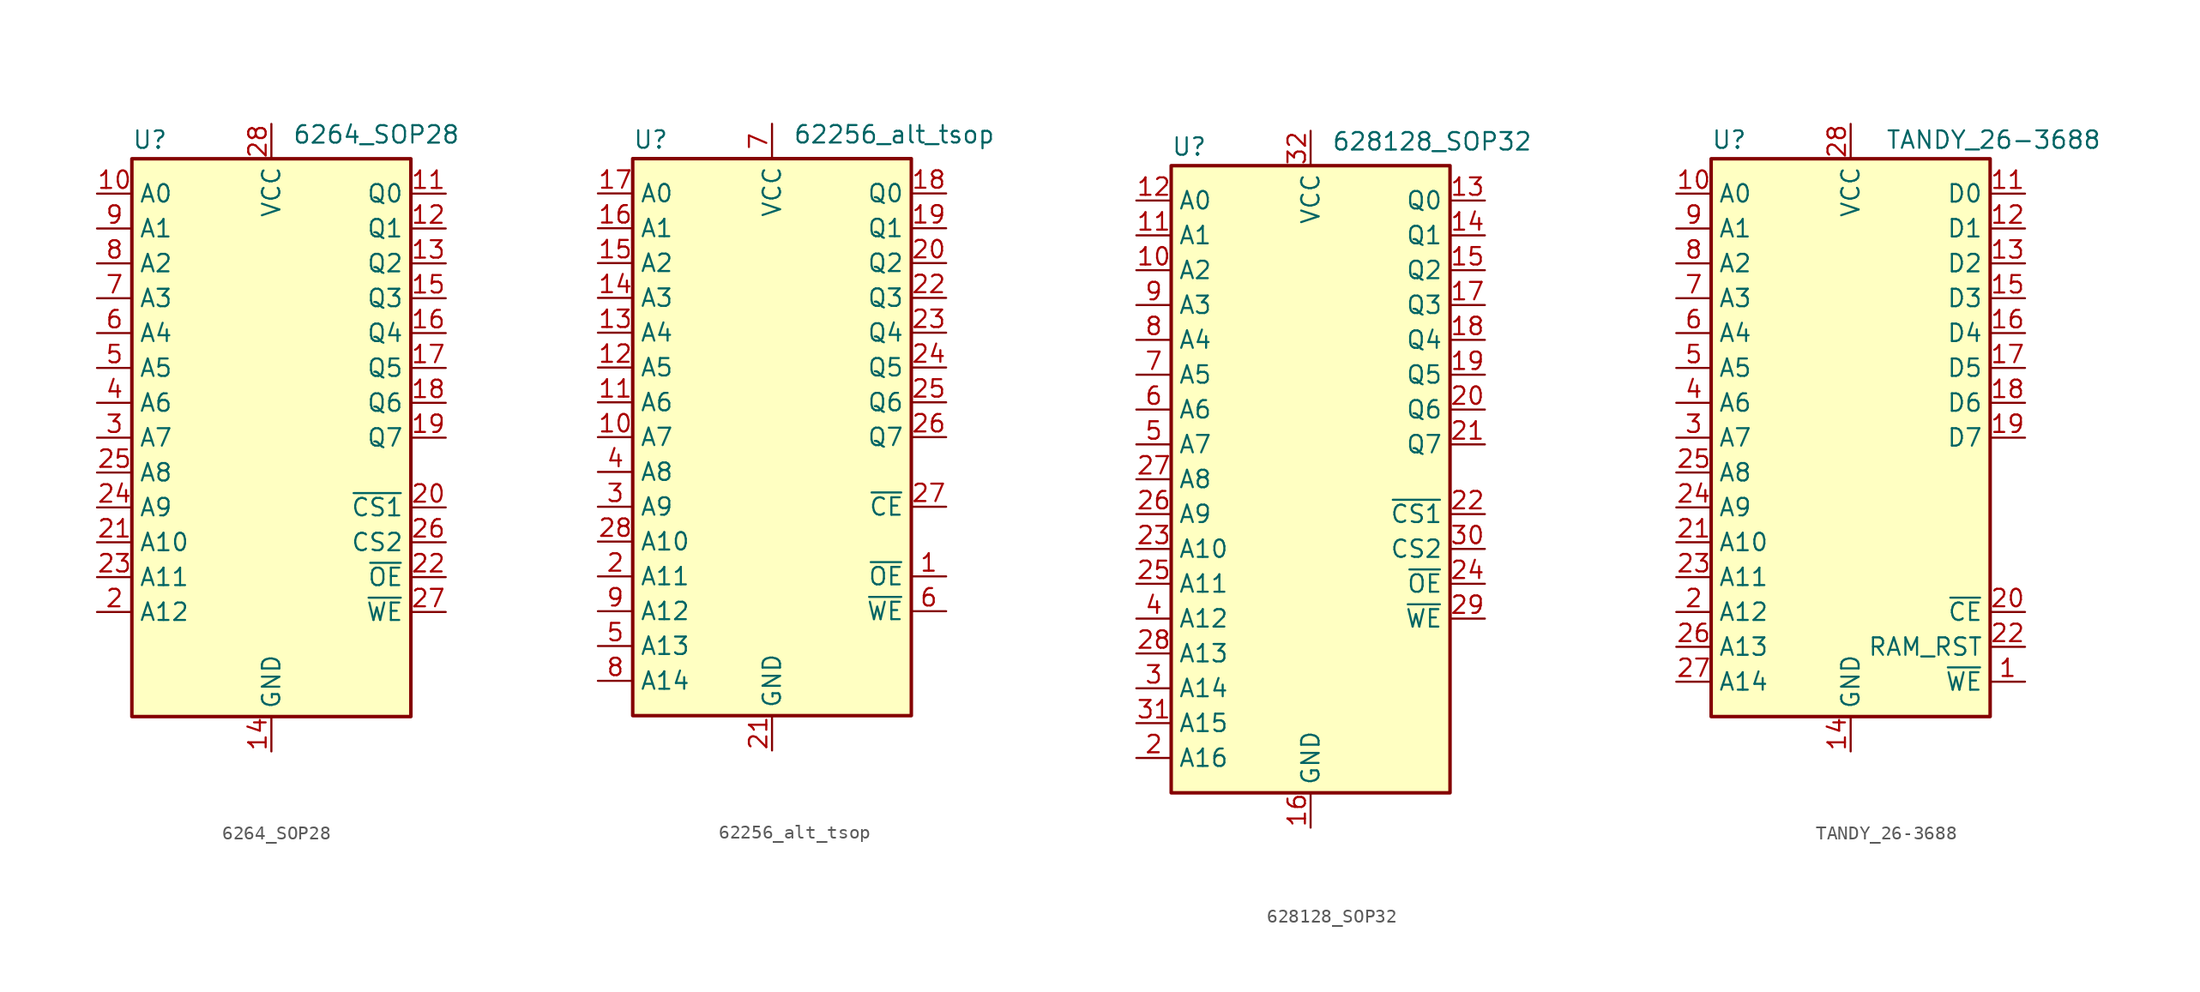
<source format=kicad_sym>
(kicad_symbol_lib
  (version 20211014)
  (generator kicad_symbol_editor)
  (symbol "6264_SOP28"
    (property "Reference" "U"
      (at -10.16 20.955 0)
      (effects (font (size 1.27 1.27)) (justify left bottom)))
    (property "Value" "6264_SOP28"
      (at 1.524 21.336 0)
      (effects (font (size 1.27 1.27)) (justify left bottom)))
    (symbol "6264_SOP28_0_0"
      (pin power_in line (at 0 -22.86 90) (length 2.54) (name "GND" (effects (font (size 1.27 1.27)))) (number "14" (effects (font (size 1.27 1.27)))))
      (pin power_in line (at 0 22.86 270) (length 2.54) (name "VCC" (effects (font (size 1.27 1.27)))) (number "28" (effects (font (size 1.27 1.27))))))
    (symbol "6264_SOP28_0_1"
      (rectangle (start -10.16 20.32) (end 10.16 -20.32) (stroke (width 0.254) (type default) (color 0 0 0 0)) (fill (type background))))
    (symbol "6264_SOP28_1_1"
      (pin no_connect non_logic (at -10.16 -15.24 0) (length 2.54) hide (name "NC" (effects (font (size 1.27 1.27)))) (number "1" (effects (font (size 1.27 1.27)))))
      (pin input line (at -12.7 17.78 0) (length 2.54) (name "A0" (effects (font (size 1.27 1.27)))) (number "10" (effects (font (size 1.27 1.27)))))
      (pin tri_state line (at 12.7 17.78 180) (length 2.54) (name "Q0" (effects (font (size 1.27 1.27)))) (number "11" (effects (font (size 1.27 1.27)))))
      (pin tri_state line (at 12.7 15.24 180) (length 2.54) (name "Q1" (effects (font (size 1.27 1.27)))) (number "12" (effects (font (size 1.27 1.27)))))
      (pin tri_state line (at 12.7 12.7 180) (length 2.54) (name "Q2" (effects (font (size 1.27 1.27)))) (number "13" (effects (font (size 1.27 1.27)))))
      (pin tri_state line (at 12.7 10.16 180) (length 2.54) (name "Q3" (effects (font (size 1.27 1.27)))) (number "15" (effects (font (size 1.27 1.27)))))
      (pin tri_state line (at 12.7 7.62 180) (length 2.54) (name "Q4" (effects (font (size 1.27 1.27)))) (number "16" (effects (font (size 1.27 1.27)))))
      (pin tri_state line (at 12.7 5.08 180) (length 2.54) (name "Q5" (effects (font (size 1.27 1.27)))) (number "17" (effects (font (size 1.27 1.27)))))
      (pin tri_state line (at 12.7 2.54 180) (length 2.54) (name "Q6" (effects (font (size 1.27 1.27)))) (number "18" (effects (font (size 1.27 1.27)))))
      (pin tri_state line (at 12.7 0 180) (length 2.54) (name "Q7" (effects (font (size 1.27 1.27)))) (number "19" (effects (font (size 1.27 1.27)))))
      (pin input line (at -12.7 -12.7 0) (length 2.54) (name "A12" (effects (font (size 1.27 1.27)))) (number "2" (effects (font (size 1.27 1.27)))))
      (pin input line (at 12.7 -5.08 180) (length 2.54) (name "~{CS1}" (effects (font (size 1.27 1.27)))) (number "20" (effects (font (size 1.27 1.27)))))
      (pin input line (at -12.7 -7.62 0) (length 2.54) (name "A10" (effects (font (size 1.27 1.27)))) (number "21" (effects (font (size 1.27 1.27)))))
      (pin input line (at 12.7 -10.16 180) (length 2.54) (name "~{OE}" (effects (font (size 1.27 1.27)))) (number "22" (effects (font (size 1.27 1.27)))))
      (pin input line (at -12.7 -10.16 0) (length 2.54) (name "A11" (effects (font (size 1.27 1.27)))) (number "23" (effects (font (size 1.27 1.27)))))
      (pin input line (at -12.7 -5.08 0) (length 2.54) (name "A9" (effects (font (size 1.27 1.27)))) (number "24" (effects (font (size 1.27 1.27)))))
      (pin input line (at -12.7 -2.54 0) (length 2.54) (name "A8" (effects (font (size 1.27 1.27)))) (number "25" (effects (font (size 1.27 1.27)))))
      (pin input line (at 12.7 -7.62 180) (length 2.54) (name "CS2" (effects (font (size 1.27 1.27)))) (number "26" (effects (font (size 1.27 1.27)))))
      (pin input line (at 12.7 -12.7 180) (length 2.54) (name "~{WE}" (effects (font (size 1.27 1.27)))) (number "27" (effects (font (size 1.27 1.27)))))
      (pin input line (at -12.7 0 0) (length 2.54) (name "A7" (effects (font (size 1.27 1.27)))) (number "3" (effects (font (size 1.27 1.27)))))
      (pin input line (at -12.7 2.54 0) (length 2.54) (name "A6" (effects (font (size 1.27 1.27)))) (number "4" (effects (font (size 1.27 1.27)))))
      (pin input line (at -12.7 5.08 0) (length 2.54) (name "A5" (effects (font (size 1.27 1.27)))) (number "5" (effects (font (size 1.27 1.27)))))
      (pin input line (at -12.7 7.62 0) (length 2.54) (name "A4" (effects (font (size 1.27 1.27)))) (number "6" (effects (font (size 1.27 1.27)))))
      (pin input line (at -12.7 10.16 0) (length 2.54) (name "A3" (effects (font (size 1.27 1.27)))) (number "7" (effects (font (size 1.27 1.27)))))
      (pin input line (at -12.7 12.7 0) (length 2.54) (name "A2" (effects (font (size 1.27 1.27)))) (number "8" (effects (font (size 1.27 1.27)))))
      (pin input line (at -12.7 15.24 0) (length 2.54) (name "A1" (effects (font (size 1.27 1.27)))) (number "9" (effects (font (size 1.27 1.27)))))))
  (symbol "62256_alt_tsop"
    (property "Reference" "U"
      (at -10.16 20.955 0)
      (effects (font (size 1.27 1.27)) (justify left bottom)))
    (property "Value" "62256_alt_tsop"
      (at 1.524 21.336 0)
      (effects (font (size 1.27 1.27)) (justify left bottom)))
    (symbol "62256_alt_tsop_0_0"
      (pin power_in line (at 0 -22.86 90) (length 2.54) (name "GND" (effects (font (size 1.27 1.27)))) (number "21" (effects (font (size 1.27 1.27)))))
      (pin power_in line (at 0 22.86 270) (length 2.54) (name "VCC" (effects (font (size 1.27 1.27)))) (number "7" (effects (font (size 1.27 1.27))))))
    (symbol "62256_alt_tsop_0_1"
      (rectangle (start -10.16 20.32) (end 10.16 -20.32) (stroke (width 0.254) (type default) (color 0 0 0 0)) (fill (type background))))
    (symbol "62256_alt_tsop_1_1"
      (pin input line (at 12.7 -10.16 180) (length 2.54) (name "~{OE}" (effects (font (size 1.27 1.27)))) (number "1" (effects (font (size 1.27 1.27)))))
      (pin input line (at -12.7 0 0) (length 2.54) (name "A7" (effects (font (size 1.27 1.27)))) (number "10" (effects (font (size 1.27 1.27)))))
      (pin input line (at -12.7 2.54 0) (length 2.54) (name "A6" (effects (font (size 1.27 1.27)))) (number "11" (effects (font (size 1.27 1.27)))))
      (pin input line (at -12.7 5.08 0) (length 2.54) (name "A5" (effects (font (size 1.27 1.27)))) (number "12" (effects (font (size 1.27 1.27)))))
      (pin input line (at -12.7 7.62 0) (length 2.54) (name "A4" (effects (font (size 1.27 1.27)))) (number "13" (effects (font (size 1.27 1.27)))))
      (pin input line (at -12.7 10.16 0) (length 2.54) (name "A3" (effects (font (size 1.27 1.27)))) (number "14" (effects (font (size 1.27 1.27)))))
      (pin input line (at -12.7 12.7 0) (length 2.54) (name "A2" (effects (font (size 1.27 1.27)))) (number "15" (effects (font (size 1.27 1.27)))))
      (pin input line (at -12.7 15.24 0) (length 2.54) (name "A1" (effects (font (size 1.27 1.27)))) (number "16" (effects (font (size 1.27 1.27)))))
      (pin input line (at -12.7 17.78 0) (length 2.54) (name "A0" (effects (font (size 1.27 1.27)))) (number "17" (effects (font (size 1.27 1.27)))))
      (pin tri_state line (at 12.7 17.78 180) (length 2.54) (name "Q0" (effects (font (size 1.27 1.27)))) (number "18" (effects (font (size 1.27 1.27)))))
      (pin tri_state line (at 12.7 15.24 180) (length 2.54) (name "Q1" (effects (font (size 1.27 1.27)))) (number "19" (effects (font (size 1.27 1.27)))))
      (pin input line (at -12.7 -10.16 0) (length 2.54) (name "A11" (effects (font (size 1.27 1.27)))) (number "2" (effects (font (size 1.27 1.27)))))
      (pin tri_state line (at 12.7 12.7 180) (length 2.54) (name "Q2" (effects (font (size 1.27 1.27)))) (number "20" (effects (font (size 1.27 1.27)))))
      (pin tri_state line (at 12.7 10.16 180) (length 2.54) (name "Q3" (effects (font (size 1.27 1.27)))) (number "22" (effects (font (size 1.27 1.27)))))
      (pin tri_state line (at 12.7 7.62 180) (length 2.54) (name "Q4" (effects (font (size 1.27 1.27)))) (number "23" (effects (font (size 1.27 1.27)))))
      (pin tri_state line (at 12.7 5.08 180) (length 2.54) (name "Q5" (effects (font (size 1.27 1.27)))) (number "24" (effects (font (size 1.27 1.27)))))
      (pin tri_state line (at 12.7 2.54 180) (length 2.54) (name "Q6" (effects (font (size 1.27 1.27)))) (number "25" (effects (font (size 1.27 1.27)))))
      (pin tri_state line (at 12.7 0 180) (length 2.54) (name "Q7" (effects (font (size 1.27 1.27)))) (number "26" (effects (font (size 1.27 1.27)))))
      (pin input line (at 12.7 -5.08 180) (length 2.54) (name "~{CE}" (effects (font (size 1.27 1.27)))) (number "27" (effects (font (size 1.27 1.27)))))
      (pin input line (at -12.7 -7.62 0) (length 2.54) (name "A10" (effects (font (size 1.27 1.27)))) (number "28" (effects (font (size 1.27 1.27)))))
      (pin input line (at -12.7 -5.08 0) (length 2.54) (name "A9" (effects (font (size 1.27 1.27)))) (number "3" (effects (font (size 1.27 1.27)))))
      (pin input line (at -12.7 -2.54 0) (length 2.54) (name "A8" (effects (font (size 1.27 1.27)))) (number "4" (effects (font (size 1.27 1.27)))))
      (pin input line (at -12.7 -15.24 0) (length 2.54) (name "A13" (effects (font (size 1.27 1.27)))) (number "5" (effects (font (size 1.27 1.27)))))
      (pin input line (at 12.7 -12.7 180) (length 2.54) (name "~{WE}" (effects (font (size 1.27 1.27)))) (number "6" (effects (font (size 1.27 1.27)))))
      (pin input line (at -12.7 -17.78 0) (length 2.54) (name "A14" (effects (font (size 1.27 1.27)))) (number "8" (effects (font (size 1.27 1.27)))))
      (pin input line (at -12.7 -12.7 0) (length 2.54) (name "A12" (effects (font (size 1.27 1.27)))) (number "9" (effects (font (size 1.27 1.27)))))))
  (symbol "628128_SOP32"
    (property "Reference" "U"
      (at -10.16 23.495 0)
      (effects (font (size 1.27 1.27)) (justify left bottom)))
    (property "Value" "628128_SOP32"
      (at 1.524 23.876 0)
      (effects (font (size 1.27 1.27)) (justify left bottom)))
    (symbol "628128_SOP32_0_0"
      (pin power_in line (at 0 -25.4 90) (length 2.54) (name "GND" (effects (font (size 1.27 1.27)))) (number "16" (effects (font (size 1.27 1.27)))))
      (pin power_in line (at 0 25.4 270) (length 2.54) (name "VCC" (effects (font (size 1.27 1.27)))) (number "32" (effects (font (size 1.27 1.27))))))
    (symbol "628128_SOP32_0_1"
      (rectangle (start -10.16 22.86) (end 10.16 -22.86) (stroke (width 0.254) (type default) (color 0 0 0 0)) (fill (type background))))
    (symbol "628128_SOP32_1_1"
      (pin no_connect non_logic (at 10.16 -20.32 180) (length 2.54) hide (name "NC" (effects (font (size 1.27 1.27)))) (number "1" (effects (font (size 1.27 1.27)))))
      (pin input line (at -12.7 15.24 0) (length 2.54) (name "A2" (effects (font (size 1.27 1.27)))) (number "10" (effects (font (size 1.27 1.27)))))
      (pin input line (at -12.7 17.78 0) (length 2.54) (name "A1" (effects (font (size 1.27 1.27)))) (number "11" (effects (font (size 1.27 1.27)))))
      (pin input line (at -12.7 20.32 0) (length 2.54) (name "A0" (effects (font (size 1.27 1.27)))) (number "12" (effects (font (size 1.27 1.27)))))
      (pin tri_state line (at 12.7 20.32 180) (length 2.54) (name "Q0" (effects (font (size 1.27 1.27)))) (number "13" (effects (font (size 1.27 1.27)))))
      (pin tri_state line (at 12.7 17.78 180) (length 2.54) (name "Q1" (effects (font (size 1.27 1.27)))) (number "14" (effects (font (size 1.27 1.27)))))
      (pin tri_state line (at 12.7 15.24 180) (length 2.54) (name "Q2" (effects (font (size 1.27 1.27)))) (number "15" (effects (font (size 1.27 1.27)))))
      (pin tri_state line (at 12.7 12.7 180) (length 2.54) (name "Q3" (effects (font (size 1.27 1.27)))) (number "17" (effects (font (size 1.27 1.27)))))
      (pin tri_state line (at 12.7 10.16 180) (length 2.54) (name "Q4" (effects (font (size 1.27 1.27)))) (number "18" (effects (font (size 1.27 1.27)))))
      (pin tri_state line (at 12.7 7.62 180) (length 2.54) (name "Q5" (effects (font (size 1.27 1.27)))) (number "19" (effects (font (size 1.27 1.27)))))
      (pin input line (at -12.7 -20.32 0) (length 2.54) (name "A16" (effects (font (size 1.27 1.27)))) (number "2" (effects (font (size 1.27 1.27)))))
      (pin tri_state line (at 12.7 5.08 180) (length 2.54) (name "Q6" (effects (font (size 1.27 1.27)))) (number "20" (effects (font (size 1.27 1.27)))))
      (pin tri_state line (at 12.7 2.54 180) (length 2.54) (name "Q7" (effects (font (size 1.27 1.27)))) (number "21" (effects (font (size 1.27 1.27)))))
      (pin input line (at 12.7 -2.54 180) (length 2.54) (name "~{CS1}" (effects (font (size 1.27 1.27)))) (number "22" (effects (font (size 1.27 1.27)))))
      (pin input line (at -12.7 -5.08 0) (length 2.54) (name "A10" (effects (font (size 1.27 1.27)))) (number "23" (effects (font (size 1.27 1.27)))))
      (pin input line (at 12.7 -7.62 180) (length 2.54) (name "~{OE}" (effects (font (size 1.27 1.27)))) (number "24" (effects (font (size 1.27 1.27)))))
      (pin input line (at -12.7 -7.62 0) (length 2.54) (name "A11" (effects (font (size 1.27 1.27)))) (number "25" (effects (font (size 1.27 1.27)))))
      (pin input line (at -12.7 -2.54 0) (length 2.54) (name "A9" (effects (font (size 1.27 1.27)))) (number "26" (effects (font (size 1.27 1.27)))))
      (pin input line (at -12.7 0 0) (length 2.54) (name "A8" (effects (font (size 1.27 1.27)))) (number "27" (effects (font (size 1.27 1.27)))))
      (pin input line (at -12.7 -12.7 0) (length 2.54) (name "A13" (effects (font (size 1.27 1.27)))) (number "28" (effects (font (size 1.27 1.27)))))
      (pin input line (at 12.7 -10.16 180) (length 2.54) (name "~{WE}" (effects (font (size 1.27 1.27)))) (number "29" (effects (font (size 1.27 1.27)))))
      (pin input line (at -12.7 -15.24 0) (length 2.54) (name "A14" (effects (font (size 1.27 1.27)))) (number "3" (effects (font (size 1.27 1.27)))))
      (pin input line (at 12.7 -5.08 180) (length 2.54) (name "CS2" (effects (font (size 1.27 1.27)))) (number "30" (effects (font (size 1.27 1.27)))))
      (pin input line (at -12.7 -17.78 0) (length 2.54) (name "A15" (effects (font (size 1.27 1.27)))) (number "31" (effects (font (size 1.27 1.27)))))
      (pin input line (at -12.7 -10.16 0) (length 2.54) (name "A12" (effects (font (size 1.27 1.27)))) (number "4" (effects (font (size 1.27 1.27)))))
      (pin input line (at -12.7 2.54 0) (length 2.54) (name "A7" (effects (font (size 1.27 1.27)))) (number "5" (effects (font (size 1.27 1.27)))))
      (pin input line (at -12.7 5.08 0) (length 2.54) (name "A6" (effects (font (size 1.27 1.27)))) (number "6" (effects (font (size 1.27 1.27)))))
      (pin input line (at -12.7 7.62 0) (length 2.54) (name "A5" (effects (font (size 1.27 1.27)))) (number "7" (effects (font (size 1.27 1.27)))))
      (pin input line (at -12.7 10.16 0) (length 2.54) (name "A4" (effects (font (size 1.27 1.27)))) (number "8" (effects (font (size 1.27 1.27)))))
      (pin input line (at -12.7 12.7 0) (length 2.54) (name "A3" (effects (font (size 1.27 1.27)))) (number "9" (effects (font (size 1.27 1.27)))))))
  (symbol "TANDY_26-3688"
    (property "Reference" "U"
      (at -10.16 20.955 0)
      (effects (font (size 1.27 1.27)) (justify left bottom)))
    (property "Value" "TANDY_26-3688"
      (at 2.54 20.955 0)
      (effects (font (size 1.27 1.27)) (justify left bottom)))
    (symbol "TANDY_26-3688_0_0"
      (pin power_in line (at 0 22.86 270) (length 2.54) (name "VCC" (effects (font (size 1.27 1.27)))) (number "28" (effects (font (size 1.27 1.27))))))
    (symbol "TANDY_26-3688_0_1"
      (rectangle (start -10.16 20.32) (end 10.16 -20.32) (stroke (width 0.254) (type default) (color 0 0 0 0)) (fill (type background))))
    (symbol "TANDY_26-3688_1_1"
      (pin input line (at 12.7 -17.78 180) (length 2.54) (name "~{WE}" (effects (font (size 1.27 1.27)))) (number "1" (effects (font (size 1.27 1.27)))))
      (pin input line (at -12.7 17.78 0) (length 2.54) (name "A0" (effects (font (size 1.27 1.27)))) (number "10" (effects (font (size 1.27 1.27)))))
      (pin tri_state line (at 12.7 17.78 180) (length 2.54) (name "D0" (effects (font (size 1.27 1.27)))) (number "11" (effects (font (size 1.27 1.27)))))
      (pin tri_state line (at 12.7 15.24 180) (length 2.54) (name "D1" (effects (font (size 1.27 1.27)))) (number "12" (effects (font (size 1.27 1.27)))))
      (pin tri_state line (at 12.7 12.7 180) (length 2.54) (name "D2" (effects (font (size 1.27 1.27)))) (number "13" (effects (font (size 1.27 1.27)))))
      (pin power_in line (at 0 -22.86 90) (length 2.54) (name "GND" (effects (font (size 1.27 1.27)))) (number "14" (effects (font (size 1.27 1.27)))))
      (pin tri_state line (at 12.7 10.16 180) (length 2.54) (name "D3" (effects (font (size 1.27 1.27)))) (number "15" (effects (font (size 1.27 1.27)))))
      (pin tri_state line (at 12.7 7.62 180) (length 2.54) (name "D4" (effects (font (size 1.27 1.27)))) (number "16" (effects (font (size 1.27 1.27)))))
      (pin tri_state line (at 12.7 5.08 180) (length 2.54) (name "D5" (effects (font (size 1.27 1.27)))) (number "17" (effects (font (size 1.27 1.27)))))
      (pin tri_state line (at 12.7 2.54 180) (length 2.54) (name "D6" (effects (font (size 1.27 1.27)))) (number "18" (effects (font (size 1.27 1.27)))))
      (pin tri_state line (at 12.7 0 180) (length 2.54) (name "D7" (effects (font (size 1.27 1.27)))) (number "19" (effects (font (size 1.27 1.27)))))
      (pin input line (at -12.7 -12.7 0) (length 2.54) (name "A12" (effects (font (size 1.27 1.27)))) (number "2" (effects (font (size 1.27 1.27)))))
      (pin input line (at 12.7 -12.7 180) (length 2.54) (name "~{CE}" (effects (font (size 1.27 1.27)))) (number "20" (effects (font (size 1.27 1.27)))))
      (pin input line (at -12.7 -7.62 0) (length 2.54) (name "A10" (effects (font (size 1.27 1.27)))) (number "21" (effects (font (size 1.27 1.27)))))
      (pin input line (at 12.7 -15.24 180) (length 2.54) (name "RAM_RST" (effects (font (size 1.27 1.27)))) (number "22" (effects (font (size 1.27 1.27)))))
      (pin input line (at -12.7 -10.16 0) (length 2.54) (name "A11" (effects (font (size 1.27 1.27)))) (number "23" (effects (font (size 1.27 1.27)))))
      (pin input line (at -12.7 -5.08 0) (length 2.54) (name "A9" (effects (font (size 1.27 1.27)))) (number "24" (effects (font (size 1.27 1.27)))))
      (pin input line (at -12.7 -2.54 0) (length 2.54) (name "A8" (effects (font (size 1.27 1.27)))) (number "25" (effects (font (size 1.27 1.27)))))
      (pin input line (at -12.7 -15.24 0) (length 2.54) (name "A13" (effects (font (size 1.27 1.27)))) (number "26" (effects (font (size 1.27 1.27)))))
      (pin input line (at -12.7 -17.78 0) (length 2.54) (name "A14" (effects (font (size 1.27 1.27)))) (number "27" (effects (font (size 1.27 1.27)))))
      (pin input line (at -12.7 0 0) (length 2.54) (name "A7" (effects (font (size 1.27 1.27)))) (number "3" (effects (font (size 1.27 1.27)))))
      (pin input line (at -12.7 2.54 0) (length 2.54) (name "A6" (effects (font (size 1.27 1.27)))) (number "4" (effects (font (size 1.27 1.27)))))
      (pin input line (at -12.7 5.08 0) (length 2.54) (name "A5" (effects (font (size 1.27 1.27)))) (number "5" (effects (font (size 1.27 1.27)))))
      (pin input line (at -12.7 7.62 0) (length 2.54) (name "A4" (effects (font (size 1.27 1.27)))) (number "6" (effects (font (size 1.27 1.27)))))
      (pin input line (at -12.7 10.16 0) (length 2.54) (name "A3" (effects (font (size 1.27 1.27)))) (number "7" (effects (font (size 1.27 1.27)))))
      (pin input line (at -12.7 12.7 0) (length 2.54) (name "A2" (effects (font (size 1.27 1.27)))) (number "8" (effects (font (size 1.27 1.27)))))
      (pin input line (at -12.7 15.24 0) (length 2.54) (name "A1" (effects (font (size 1.27 1.27)))) (number "9" (effects (font (size 1.27 1.27))))))))
</source>
